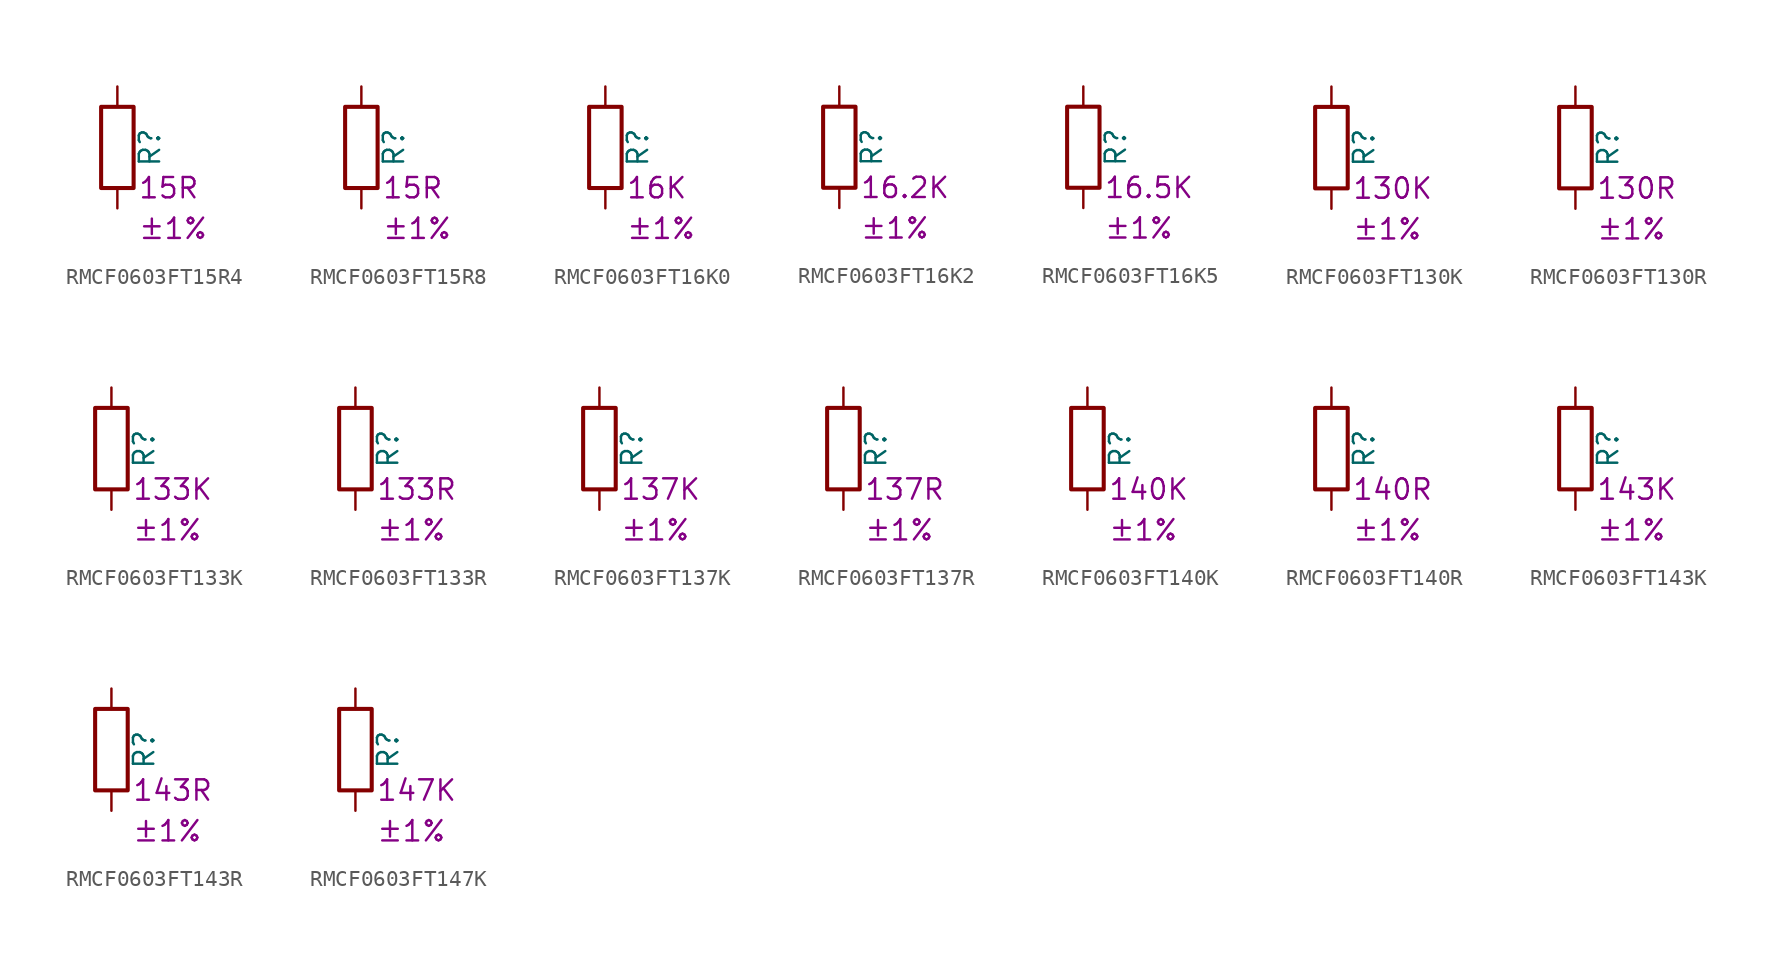
<source format=kicad_sym>
(kicad_symbol_lib
  (version 20220914)
  (generator kicad_symbol_editor)
  (symbol "RMCF0603FT15R4"
    (pin_numbers hide)
    (pin_names
      (offset 0))
    (property "Reference" "R"
      (at 2.032 0 90)
      (effects (font (size 1.27 1.27))))
    (property "Resistance" "15R"
      (at 1.27 -2.54 0)
      (effects (font (size 1.27 1.27)) (justify left)))
    (property "Tolerance" "±1%"
      (at 1.27 -5.08 0)
      (effects (font (size 1.27 1.27)) (justify left)))
    (symbol "RMCF0603FT15R4_0_1"
      (rectangle (start -1.016 -2.54) (end 1.016 2.54) (stroke (width 0.254) (type default)) (fill (type none))))
    (symbol "RMCF0603FT15R4_1_1"
      (pin passive line (at 0 3.81 270) (length 1.27) (name "~" (effects (font (size 1.27 1.27)))) (number "1" (effects (font (size 1.27 1.27)))))
      (pin passive line (at 0 -3.81 90) (length 1.27) (name "~" (effects (font (size 1.27 1.27)))) (number "2" (effects (font (size 1.27 1.27)))))))
  (symbol "RMCF0603FT15R8"
    (pin_numbers hide)
    (pin_names
      (offset 0))
    (property "Reference" "R"
      (at 2.032 0 90)
      (effects (font (size 1.27 1.27))))
    (property "Resistance" "15R"
      (at 1.27 -2.54 0)
      (effects (font (size 1.27 1.27)) (justify left)))
    (property "Tolerance" "±1%"
      (at 1.27 -5.08 0)
      (effects (font (size 1.27 1.27)) (justify left)))
    (symbol "RMCF0603FT15R8_0_1"
      (rectangle (start -1.016 -2.54) (end 1.016 2.54) (stroke (width 0.254) (type default)) (fill (type none))))
    (symbol "RMCF0603FT15R8_1_1"
      (pin passive line (at 0 3.81 270) (length 1.27) (name "~" (effects (font (size 1.27 1.27)))) (number "1" (effects (font (size 1.27 1.27)))))
      (pin passive line (at 0 -3.81 90) (length 1.27) (name "~" (effects (font (size 1.27 1.27)))) (number "2" (effects (font (size 1.27 1.27)))))))
  (symbol "RMCF0603FT16K0"
    (pin_numbers hide)
    (pin_names
      (offset 0))
    (property "Reference" "R"
      (at 2.032 0 90)
      (effects (font (size 1.27 1.27))))
    (property "Resistance" "16K"
      (at 1.27 -2.54 0)
      (effects (font (size 1.27 1.27)) (justify left)))
    (property "Tolerance" "±1%"
      (at 1.27 -5.08 0)
      (effects (font (size 1.27 1.27)) (justify left)))
    (symbol "RMCF0603FT16K0_0_1"
      (rectangle (start -1.016 -2.54) (end 1.016 2.54) (stroke (width 0.254) (type default)) (fill (type none))))
    (symbol "RMCF0603FT16K0_1_1"
      (pin passive line (at 0 3.81 270) (length 1.27) (name "~" (effects (font (size 1.27 1.27)))) (number "1" (effects (font (size 1.27 1.27)))))
      (pin passive line (at 0 -3.81 90) (length 1.27) (name "~" (effects (font (size 1.27 1.27)))) (number "2" (effects (font (size 1.27 1.27)))))))
  (symbol "RMCF0603FT16K2"
    (pin_numbers hide)
    (pin_names
      (offset 0))
    (property "Reference" "R"
      (at 2.032 0 90)
      (effects (font (size 1.27 1.27))))
    (property "Resistance" "16.2K"
      (at 1.27 -2.54 0)
      (effects (font (size 1.27 1.27)) (justify left)))
    (property "Tolerance" "±1%"
      (at 1.27 -5.08 0)
      (effects (font (size 1.27 1.27)) (justify left)))
    (symbol "RMCF0603FT16K2_0_1"
      (rectangle (start -1.016 -2.54) (end 1.016 2.54) (stroke (width 0.254) (type default)) (fill (type none))))
    (symbol "RMCF0603FT16K2_1_1"
      (pin passive line (at 0 3.81 270) (length 1.27) (name "~" (effects (font (size 1.27 1.27)))) (number "1" (effects (font (size 1.27 1.27)))))
      (pin passive line (at 0 -3.81 90) (length 1.27) (name "~" (effects (font (size 1.27 1.27)))) (number "2" (effects (font (size 1.27 1.27)))))))
  (symbol "RMCF0603FT16K5"
    (pin_numbers hide)
    (pin_names
      (offset 0))
    (property "Reference" "R"
      (at 2.032 0 90)
      (effects (font (size 1.27 1.27))))
    (property "Resistance" "16.5K"
      (at 1.27 -2.54 0)
      (effects (font (size 1.27 1.27)) (justify left)))
    (property "Tolerance" "±1%"
      (at 1.27 -5.08 0)
      (effects (font (size 1.27 1.27)) (justify left)))
    (symbol "RMCF0603FT16K5_0_1"
      (rectangle (start -1.016 -2.54) (end 1.016 2.54) (stroke (width 0.254) (type default)) (fill (type none))))
    (symbol "RMCF0603FT16K5_1_1"
      (pin passive line (at 0 3.81 270) (length 1.27) (name "~" (effects (font (size 1.27 1.27)))) (number "1" (effects (font (size 1.27 1.27)))))
      (pin passive line (at 0 -3.81 90) (length 1.27) (name "~" (effects (font (size 1.27 1.27)))) (number "2" (effects (font (size 1.27 1.27)))))))
  (symbol "RMCF0603FT130K"
    (pin_numbers hide)
    (pin_names
      (offset 0))
    (property "Reference" "R"
      (at 2.032 0 90)
      (effects (font (size 1.27 1.27))))
    (property "Resistance" "130K"
      (at 1.27 -2.54 0)
      (effects (font (size 1.27 1.27)) (justify left)))
    (property "Tolerance" "±1%"
      (at 1.27 -5.08 0)
      (effects (font (size 1.27 1.27)) (justify left)))
    (symbol "RMCF0603FT130K_0_1"
      (rectangle (start -1.016 -2.54) (end 1.016 2.54) (stroke (width 0.254) (type default)) (fill (type none))))
    (symbol "RMCF0603FT130K_1_1"
      (pin passive line (at 0 3.81 270) (length 1.27) (name "~" (effects (font (size 1.27 1.27)))) (number "1" (effects (font (size 1.27 1.27)))))
      (pin passive line (at 0 -3.81 90) (length 1.27) (name "~" (effects (font (size 1.27 1.27)))) (number "2" (effects (font (size 1.27 1.27)))))))
  (symbol "RMCF0603FT130R"
    (pin_numbers hide)
    (pin_names
      (offset 0))
    (property "Reference" "R"
      (at 2.032 0 90)
      (effects (font (size 1.27 1.27))))
    (property "Resistance" "130R"
      (at 1.27 -2.54 0)
      (effects (font (size 1.27 1.27)) (justify left)))
    (property "Tolerance" "±1%"
      (at 1.27 -5.08 0)
      (effects (font (size 1.27 1.27)) (justify left)))
    (symbol "RMCF0603FT130R_0_1"
      (rectangle (start -1.016 -2.54) (end 1.016 2.54) (stroke (width 0.254) (type default)) (fill (type none))))
    (symbol "RMCF0603FT130R_1_1"
      (pin passive line (at 0 3.81 270) (length 1.27) (name "~" (effects (font (size 1.27 1.27)))) (number "1" (effects (font (size 1.27 1.27)))))
      (pin passive line (at 0 -3.81 90) (length 1.27) (name "~" (effects (font (size 1.27 1.27)))) (number "2" (effects (font (size 1.27 1.27)))))))
  (symbol "RMCF0603FT133K"
    (pin_numbers hide)
    (pin_names
      (offset 0))
    (property "Reference" "R"
      (at 2.032 0 90)
      (effects (font (size 1.27 1.27))))
    (property "Resistance" "133K"
      (at 1.27 -2.54 0)
      (effects (font (size 1.27 1.27)) (justify left)))
    (property "Tolerance" "±1%"
      (at 1.27 -5.08 0)
      (effects (font (size 1.27 1.27)) (justify left)))
    (symbol "RMCF0603FT133K_0_1"
      (rectangle (start -1.016 -2.54) (end 1.016 2.54) (stroke (width 0.254) (type default)) (fill (type none))))
    (symbol "RMCF0603FT133K_1_1"
      (pin passive line (at 0 3.81 270) (length 1.27) (name "~" (effects (font (size 1.27 1.27)))) (number "1" (effects (font (size 1.27 1.27)))))
      (pin passive line (at 0 -3.81 90) (length 1.27) (name "~" (effects (font (size 1.27 1.27)))) (number "2" (effects (font (size 1.27 1.27)))))))
  (symbol "RMCF0603FT133R"
    (pin_numbers hide)
    (pin_names
      (offset 0))
    (property "Reference" "R"
      (at 2.032 0 90)
      (effects (font (size 1.27 1.27))))
    (property "Resistance" "133R"
      (at 1.27 -2.54 0)
      (effects (font (size 1.27 1.27)) (justify left)))
    (property "Tolerance" "±1%"
      (at 1.27 -5.08 0)
      (effects (font (size 1.27 1.27)) (justify left)))
    (symbol "RMCF0603FT133R_0_1"
      (rectangle (start -1.016 -2.54) (end 1.016 2.54) (stroke (width 0.254) (type default)) (fill (type none))))
    (symbol "RMCF0603FT133R_1_1"
      (pin passive line (at 0 3.81 270) (length 1.27) (name "~" (effects (font (size 1.27 1.27)))) (number "1" (effects (font (size 1.27 1.27)))))
      (pin passive line (at 0 -3.81 90) (length 1.27) (name "~" (effects (font (size 1.27 1.27)))) (number "2" (effects (font (size 1.27 1.27)))))))
  (symbol "RMCF0603FT137K"
    (pin_numbers hide)
    (pin_names
      (offset 0))
    (property "Reference" "R"
      (at 2.032 0 90)
      (effects (font (size 1.27 1.27))))
    (property "Resistance" "137K"
      (at 1.27 -2.54 0)
      (effects (font (size 1.27 1.27)) (justify left)))
    (property "Tolerance" "±1%"
      (at 1.27 -5.08 0)
      (effects (font (size 1.27 1.27)) (justify left)))
    (symbol "RMCF0603FT137K_0_1"
      (rectangle (start -1.016 -2.54) (end 1.016 2.54) (stroke (width 0.254) (type default)) (fill (type none))))
    (symbol "RMCF0603FT137K_1_1"
      (pin passive line (at 0 3.81 270) (length 1.27) (name "~" (effects (font (size 1.27 1.27)))) (number "1" (effects (font (size 1.27 1.27)))))
      (pin passive line (at 0 -3.81 90) (length 1.27) (name "~" (effects (font (size 1.27 1.27)))) (number "2" (effects (font (size 1.27 1.27)))))))
  (symbol "RMCF0603FT137R"
    (pin_numbers hide)
    (pin_names
      (offset 0))
    (property "Reference" "R"
      (at 2.032 0 90)
      (effects (font (size 1.27 1.27))))
    (property "Resistance" "137R"
      (at 1.27 -2.54 0)
      (effects (font (size 1.27 1.27)) (justify left)))
    (property "Tolerance" "±1%"
      (at 1.27 -5.08 0)
      (effects (font (size 1.27 1.27)) (justify left)))
    (symbol "RMCF0603FT137R_0_1"
      (rectangle (start -1.016 -2.54) (end 1.016 2.54) (stroke (width 0.254) (type default)) (fill (type none))))
    (symbol "RMCF0603FT137R_1_1"
      (pin passive line (at 0 3.81 270) (length 1.27) (name "~" (effects (font (size 1.27 1.27)))) (number "1" (effects (font (size 1.27 1.27)))))
      (pin passive line (at 0 -3.81 90) (length 1.27) (name "~" (effects (font (size 1.27 1.27)))) (number "2" (effects (font (size 1.27 1.27)))))))
  (symbol "RMCF0603FT140K"
    (pin_numbers hide)
    (pin_names
      (offset 0))
    (property "Reference" "R"
      (at 2.032 0 90)
      (effects (font (size 1.27 1.27))))
    (property "Resistance" "140K"
      (at 1.27 -2.54 0)
      (effects (font (size 1.27 1.27)) (justify left)))
    (property "Tolerance" "±1%"
      (at 1.27 -5.08 0)
      (effects (font (size 1.27 1.27)) (justify left)))
    (symbol "RMCF0603FT140K_0_1"
      (rectangle (start -1.016 -2.54) (end 1.016 2.54) (stroke (width 0.254) (type default)) (fill (type none))))
    (symbol "RMCF0603FT140K_1_1"
      (pin passive line (at 0 3.81 270) (length 1.27) (name "~" (effects (font (size 1.27 1.27)))) (number "1" (effects (font (size 1.27 1.27)))))
      (pin passive line (at 0 -3.81 90) (length 1.27) (name "~" (effects (font (size 1.27 1.27)))) (number "2" (effects (font (size 1.27 1.27)))))))
  (symbol "RMCF0603FT140R"
    (pin_numbers hide)
    (pin_names
      (offset 0))
    (property "Reference" "R"
      (at 2.032 0 90)
      (effects (font (size 1.27 1.27))))
    (property "Resistance" "140R"
      (at 1.27 -2.54 0)
      (effects (font (size 1.27 1.27)) (justify left)))
    (property "Tolerance" "±1%"
      (at 1.27 -5.08 0)
      (effects (font (size 1.27 1.27)) (justify left)))
    (symbol "RMCF0603FT140R_0_1"
      (rectangle (start -1.016 -2.54) (end 1.016 2.54) (stroke (width 0.254) (type default)) (fill (type none))))
    (symbol "RMCF0603FT140R_1_1"
      (pin passive line (at 0 3.81 270) (length 1.27) (name "~" (effects (font (size 1.27 1.27)))) (number "1" (effects (font (size 1.27 1.27)))))
      (pin passive line (at 0 -3.81 90) (length 1.27) (name "~" (effects (font (size 1.27 1.27)))) (number "2" (effects (font (size 1.27 1.27)))))))
  (symbol "RMCF0603FT143K"
    (pin_numbers hide)
    (pin_names
      (offset 0))
    (property "Reference" "R"
      (at 2.032 0 90)
      (effects (font (size 1.27 1.27))))
    (property "Resistance" "143K"
      (at 1.27 -2.54 0)
      (effects (font (size 1.27 1.27)) (justify left)))
    (property "Tolerance" "±1%"
      (at 1.27 -5.08 0)
      (effects (font (size 1.27 1.27)) (justify left)))
    (symbol "RMCF0603FT143K_0_1"
      (rectangle (start -1.016 -2.54) (end 1.016 2.54) (stroke (width 0.254) (type default)) (fill (type none))))
    (symbol "RMCF0603FT143K_1_1"
      (pin passive line (at 0 3.81 270) (length 1.27) (name "~" (effects (font (size 1.27 1.27)))) (number "1" (effects (font (size 1.27 1.27)))))
      (pin passive line (at 0 -3.81 90) (length 1.27) (name "~" (effects (font (size 1.27 1.27)))) (number "2" (effects (font (size 1.27 1.27)))))))
  (symbol "RMCF0603FT143R"
    (pin_numbers hide)
    (pin_names
      (offset 0))
    (property "Reference" "R"
      (at 2.032 0 90)
      (effects (font (size 1.27 1.27))))
    (property "Resistance" "143R"
      (at 1.27 -2.54 0)
      (effects (font (size 1.27 1.27)) (justify left)))
    (property "Tolerance" "±1%"
      (at 1.27 -5.08 0)
      (effects (font (size 1.27 1.27)) (justify left)))
    (symbol "RMCF0603FT143R_0_1"
      (rectangle (start -1.016 -2.54) (end 1.016 2.54) (stroke (width 0.254) (type default)) (fill (type none))))
    (symbol "RMCF0603FT143R_1_1"
      (pin passive line (at 0 3.81 270) (length 1.27) (name "~" (effects (font (size 1.27 1.27)))) (number "1" (effects (font (size 1.27 1.27)))))
      (pin passive line (at 0 -3.81 90) (length 1.27) (name "~" (effects (font (size 1.27 1.27)))) (number "2" (effects (font (size 1.27 1.27)))))))
  (symbol "RMCF0603FT147K"
    (pin_numbers hide)
    (pin_names
      (offset 0))
    (property "Reference" "R"
      (at 2.032 0 90)
      (effects (font (size 1.27 1.27))))
    (property "Resistance" "147K"
      (at 1.27 -2.54 0)
      (effects (font (size 1.27 1.27)) (justify left)))
    (property "Tolerance" "±1%"
      (at 1.27 -5.08 0)
      (effects (font (size 1.27 1.27)) (justify left)))
    (symbol "RMCF0603FT147K_0_1"
      (rectangle (start -1.016 -2.54) (end 1.016 2.54) (stroke (width 0.254) (type default)) (fill (type none))))
    (symbol "RMCF0603FT147K_1_1"
      (pin passive line (at 0 3.81 270) (length 1.27) (name "~" (effects (font (size 1.27 1.27)))) (number "1" (effects (font (size 1.27 1.27)))))
      (pin passive line (at 0 -3.81 90) (length 1.27) (name "~" (effects (font (size 1.27 1.27)))) (number "2" (effects (font (size 1.27 1.27))))))))
</source>
